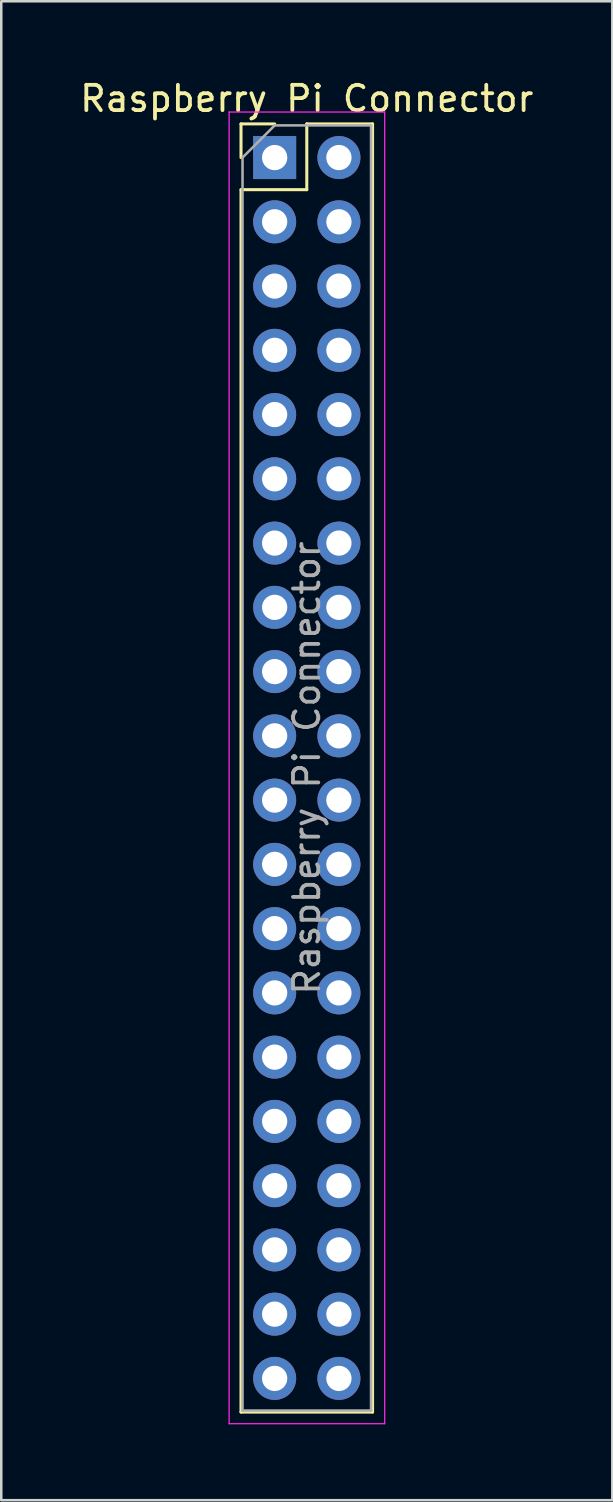
<source format=kicad_pcb>
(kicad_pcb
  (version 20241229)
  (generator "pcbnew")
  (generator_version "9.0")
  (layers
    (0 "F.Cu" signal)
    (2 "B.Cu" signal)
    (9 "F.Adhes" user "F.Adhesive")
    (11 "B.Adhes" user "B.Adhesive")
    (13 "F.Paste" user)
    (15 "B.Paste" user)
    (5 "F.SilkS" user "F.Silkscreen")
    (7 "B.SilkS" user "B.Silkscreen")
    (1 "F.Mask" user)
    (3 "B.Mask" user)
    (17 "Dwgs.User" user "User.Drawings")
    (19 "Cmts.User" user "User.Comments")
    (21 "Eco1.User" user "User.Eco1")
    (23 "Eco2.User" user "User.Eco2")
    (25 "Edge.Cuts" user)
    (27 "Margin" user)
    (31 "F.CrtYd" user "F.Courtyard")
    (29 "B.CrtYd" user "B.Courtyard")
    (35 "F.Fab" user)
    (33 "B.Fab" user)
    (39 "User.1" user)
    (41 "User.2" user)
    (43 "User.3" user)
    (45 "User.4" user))
  (footprint "Raspberry Pi Connector"
    (layer "F.Cu")
    (at 7.807 3.178)
    (property "Reference" "Raspberry Pi Connector" (at 1.27 -2.33 0) (layer "F.SilkS") (effects (font (size 1 1) (thickness 0.15))))
    (attr through_hole)
    (fp_line (start -1.33 -1.33) (end 0 -1.33) (stroke (width 0.12) (type solid)) (layer "F.SilkS"))
    (fp_line (start -1.33 0) (end -1.33 -1.33) (stroke (width 0.12) (type solid)) (layer "F.SilkS"))
    (fp_line (start -1.33 1.27) (end -1.33 49.59) (stroke (width 0.12) (type solid)) (layer "F.SilkS"))
    (fp_line (start -1.33 1.27) (end 1.27 1.27) (stroke (width 0.12) (type solid)) (layer "F.SilkS"))
    (fp_line (start -1.33 49.59) (end 3.87 49.59) (stroke (width 0.12) (type solid)) (layer "F.SilkS"))
    (fp_line (start 1.27 -1.33) (end 3.87 -1.33) (stroke (width 0.12) (type solid)) (layer "F.SilkS"))
    (fp_line (start 1.27 1.27) (end 1.27 -1.33) (stroke (width 0.12) (type solid)) (layer "F.SilkS"))
    (fp_line (start 3.87 -1.33) (end 3.87 49.59) (stroke (width 0.12) (type solid)) (layer "F.SilkS"))
    (fp_line (start -1.8 -1.8) (end -1.8 50.05) (stroke (width 0.05) (type solid)) (layer "F.CrtYd"))
    (fp_line (start -1.8 50.05) (end 4.35 50.05) (stroke (width 0.05) (type solid)) (layer "F.CrtYd"))
    (fp_line (start 4.35 -1.8) (end -1.8 -1.8) (stroke (width 0.05) (type solid)) (layer "F.CrtYd"))
    (fp_line (start 4.35 50.05) (end 4.35 -1.8) (stroke (width 0.05) (type solid)) (layer "F.CrtYd"))
    (fp_line (start -1.27 0) (end 0 -1.27) (stroke (width 0.1) (type solid)) (layer "F.Fab"))
    (fp_line (start -1.27 49.53) (end -1.27 0) (stroke (width 0.1) (type solid)) (layer "F.Fab"))
    (fp_line (start 0 -1.27) (end 3.81 -1.27) (stroke (width 0.1) (type solid)) (layer "F.Fab"))
    (fp_line (start 3.81 -1.27) (end 3.81 49.53) (stroke (width 0.1) (type solid)) (layer "F.Fab"))
    (fp_line (start 3.81 49.53) (end -1.27 49.53) (stroke (width 0.1) (type solid)) (layer "F.Fab"))
    (fp_text user "${REFERENCE}" (at 1.27 24.13 90) (layer "F.Fab") (effects (font (size 1 1) (thickness 0.15))))
    (pad "1" thru_hole rect (at 0 0) (size 1.7 1.7) (drill 1) (layers "*.Cu" "*.Mask"))
    (pad "2" thru_hole oval (at 0 2.54) (size 1.7 1.7) (drill 1) (layers "*.Cu" "*.Mask"))
    (pad "3" thru_hole oval (at 0 5.08) (size 1.7 1.7) (drill 1) (layers "*.Cu" "*.Mask"))
    (pad "4" thru_hole oval (at 0 7.62) (size 1.7 1.7) (drill 1) (layers "*.Cu" "*.Mask"))
    (pad "5" thru_hole oval (at 0 10.16) (size 1.7 1.7) (drill 1) (layers "*.Cu" "*.Mask"))
    (pad "6" thru_hole oval (at 0 12.7) (size 1.7 1.7) (drill 1) (layers "*.Cu" "*.Mask"))
    (pad "7" thru_hole oval (at 0 15.24) (size 1.7 1.7) (drill 1) (layers "*.Cu" "*.Mask"))
    (pad "8" thru_hole oval (at 0 17.78) (size 1.7 1.7) (drill 1) (layers "*.Cu" "*.Mask"))
    (pad "9" thru_hole oval (at 0 20.32) (size 1.7 1.7) (drill 1) (layers "*.Cu" "*.Mask"))
    (pad "10" thru_hole oval (at 0 22.86) (size 1.7 1.7) (drill 1) (layers "*.Cu" "*.Mask"))
    (pad "11" thru_hole oval (at 0 25.4) (size 1.7 1.7) (drill 1) (layers "*.Cu" "*.Mask"))
    (pad "12" thru_hole oval (at 0 27.94) (size 1.7 1.7) (drill 1) (layers "*.Cu" "*.Mask"))
    (pad "13" thru_hole oval (at 0 30.48) (size 1.7 1.7) (drill 1) (layers "*.Cu" "*.Mask"))
    (pad "14" thru_hole oval (at 0 33.02) (size 1.7 1.7) (drill 1) (layers "*.Cu" "*.Mask"))
    (pad "15" thru_hole oval (at 0 35.56) (size 1.7 1.7) (drill 1) (layers "*.Cu" "*.Mask"))
    (pad "16" thru_hole oval (at 0 38.1) (size 1.7 1.7) (drill 1) (layers "*.Cu" "*.Mask"))
    (pad "17" thru_hole oval (at 0 40.64) (size 1.7 1.7) (drill 1) (layers "*.Cu" "*.Mask"))
    (pad "18" thru_hole oval (at 0 43.18) (size 1.7 1.7) (drill 1) (layers "*.Cu" "*.Mask"))
    (pad "19" thru_hole oval (at 0 45.72) (size 1.7 1.7) (drill 1) (layers "*.Cu" "*.Mask"))
    (pad "20" thru_hole oval (at 0 48.26) (size 1.7 1.7) (drill 1) (layers "*.Cu" "*.Mask"))
    (pad "21" thru_hole oval (at 2.54 48.26) (size 1.7 1.7) (drill 1) (layers "*.Cu" "*.Mask"))
    (pad "22" thru_hole oval (at 2.54 45.72) (size 1.7 1.7) (drill 1) (layers "*.Cu" "*.Mask"))
    (pad "23" thru_hole oval (at 2.54 43.18) (size 1.7 1.7) (drill 1) (layers "*.Cu" "*.Mask"))
    (pad "24" thru_hole oval (at 2.54 40.64) (size 1.7 1.7) (drill 1) (layers "*.Cu" "*.Mask"))
    (pad "25" thru_hole oval (at 2.54 38.1) (size 1.7 1.7) (drill 1) (layers "*.Cu" "*.Mask"))
    (pad "26" thru_hole oval (at 2.54 35.56) (size 1.7 1.7) (drill 1) (layers "*.Cu" "*.Mask"))
    (pad "27" thru_hole oval (at 2.54 33.02) (size 1.7 1.7) (drill 1) (layers "*.Cu" "*.Mask"))
    (pad "28" thru_hole oval (at 2.54 30.48) (size 1.7 1.7) (drill 1) (layers "*.Cu" "*.Mask"))
    (pad "29" thru_hole oval (at 2.54 27.94) (size 1.7 1.7) (drill 1) (layers "*.Cu" "*.Mask"))
    (pad "30" thru_hole oval (at 2.54 25.4) (size 1.7 1.7) (drill 1) (layers "*.Cu" "*.Mask"))
    (pad "31" thru_hole oval (at 2.54 22.86) (size 1.7 1.7) (drill 1) (layers "*.Cu" "*.Mask"))
    (pad "32" thru_hole oval (at 2.54 20.32) (size 1.7 1.7) (drill 1) (layers "*.Cu" "*.Mask"))
    (pad "33" thru_hole oval (at 2.54 17.78) (size 1.7 1.7) (drill 1) (layers "*.Cu" "*.Mask"))
    (pad "34" thru_hole oval (at 2.54 15.24) (size 1.7 1.7) (drill 1) (layers "*.Cu" "*.Mask"))
    (pad "35" thru_hole oval (at 2.54 12.7) (size 1.7 1.7) (drill 1) (layers "*.Cu" "*.Mask"))
    (pad "36" thru_hole oval (at 2.54 10.16) (size 1.7 1.7) (drill 1) (layers "*.Cu" "*.Mask"))
    (pad "37" thru_hole oval (at 2.54 7.62) (size 1.7 1.7) (drill 1) (layers "*.Cu" "*.Mask"))
    (pad "38" thru_hole oval (at 2.54 5.08) (size 1.7 1.7) (drill 1) (layers "*.Cu" "*.Mask"))
    (pad "39" thru_hole oval (at 2.54 2.54) (size 1.7 1.7) (drill 1) (layers "*.Cu" "*.Mask"))
    (pad "40" thru_hole oval (at 2.54 0) (size 1.7 1.7) (drill 1) (layers "*.Cu" "*.Mask")))
  (gr_rect
    (start -3 -3)
    (end 21.155 56.253)
    (stroke (width 0.1) (type default))
    (fill no)
    (layer "Edge.Cuts")))
</source>
